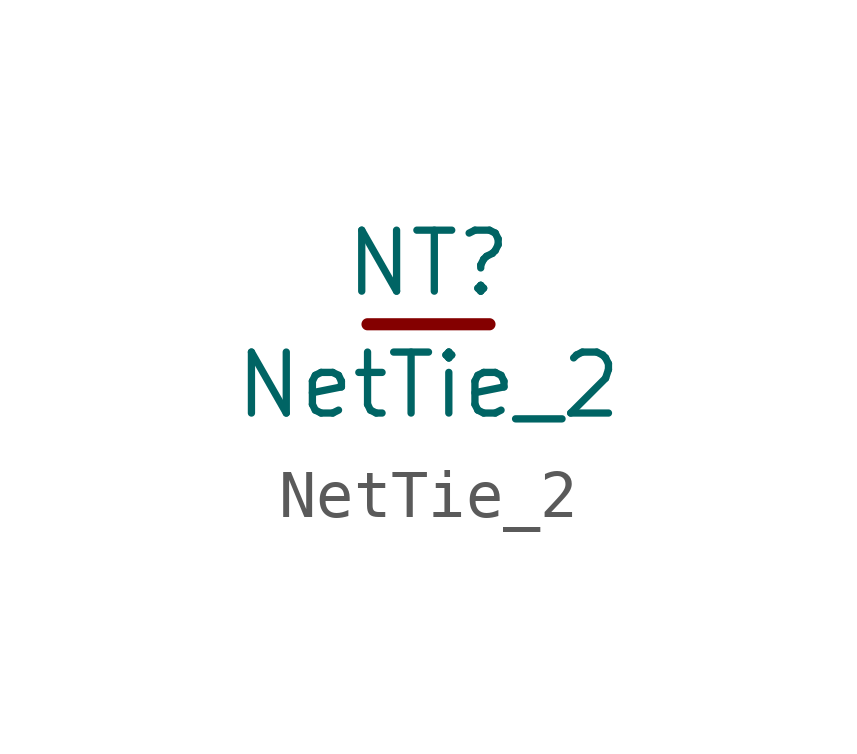
<source format=kicad_sym>
(kicad_symbol_lib
  (version 20220914)
  (generator kicad_symbol_editor)
  (symbol "NetTie_2"
    (pin_numbers hide)
    (pin_names
      (offset 0) hide)
    (property "Reference" "NT"
      (at 0 1.27 0)
      (effects (font (size 1.27 1.27))))
    (property "Value" "NetTie_2"
      (at 0 -1.27 0)
      (effects (font (size 1.27 1.27))))
    (symbol "NetTie_2_0_1"
      (polyline (pts (xy -1.27 0) (xy 1.27 0)) (stroke (width 0.254) (type default)) (fill (type none))))
    (symbol "NetTie_2_1_1"
      (pin passive line (at -1.27 0 0) (length 2.54) (name "1" (effects (font (size 1.27 1.27)))) (number "1" (effects (font (size 1.27 1.27)))))
      (pin passive line (at 1.27 0 180) (length 2.54) (name "2" (effects (font (size 1.27 1.27)))) (number "2" (effects (font (size 1.27 1.27))))))))
</source>
